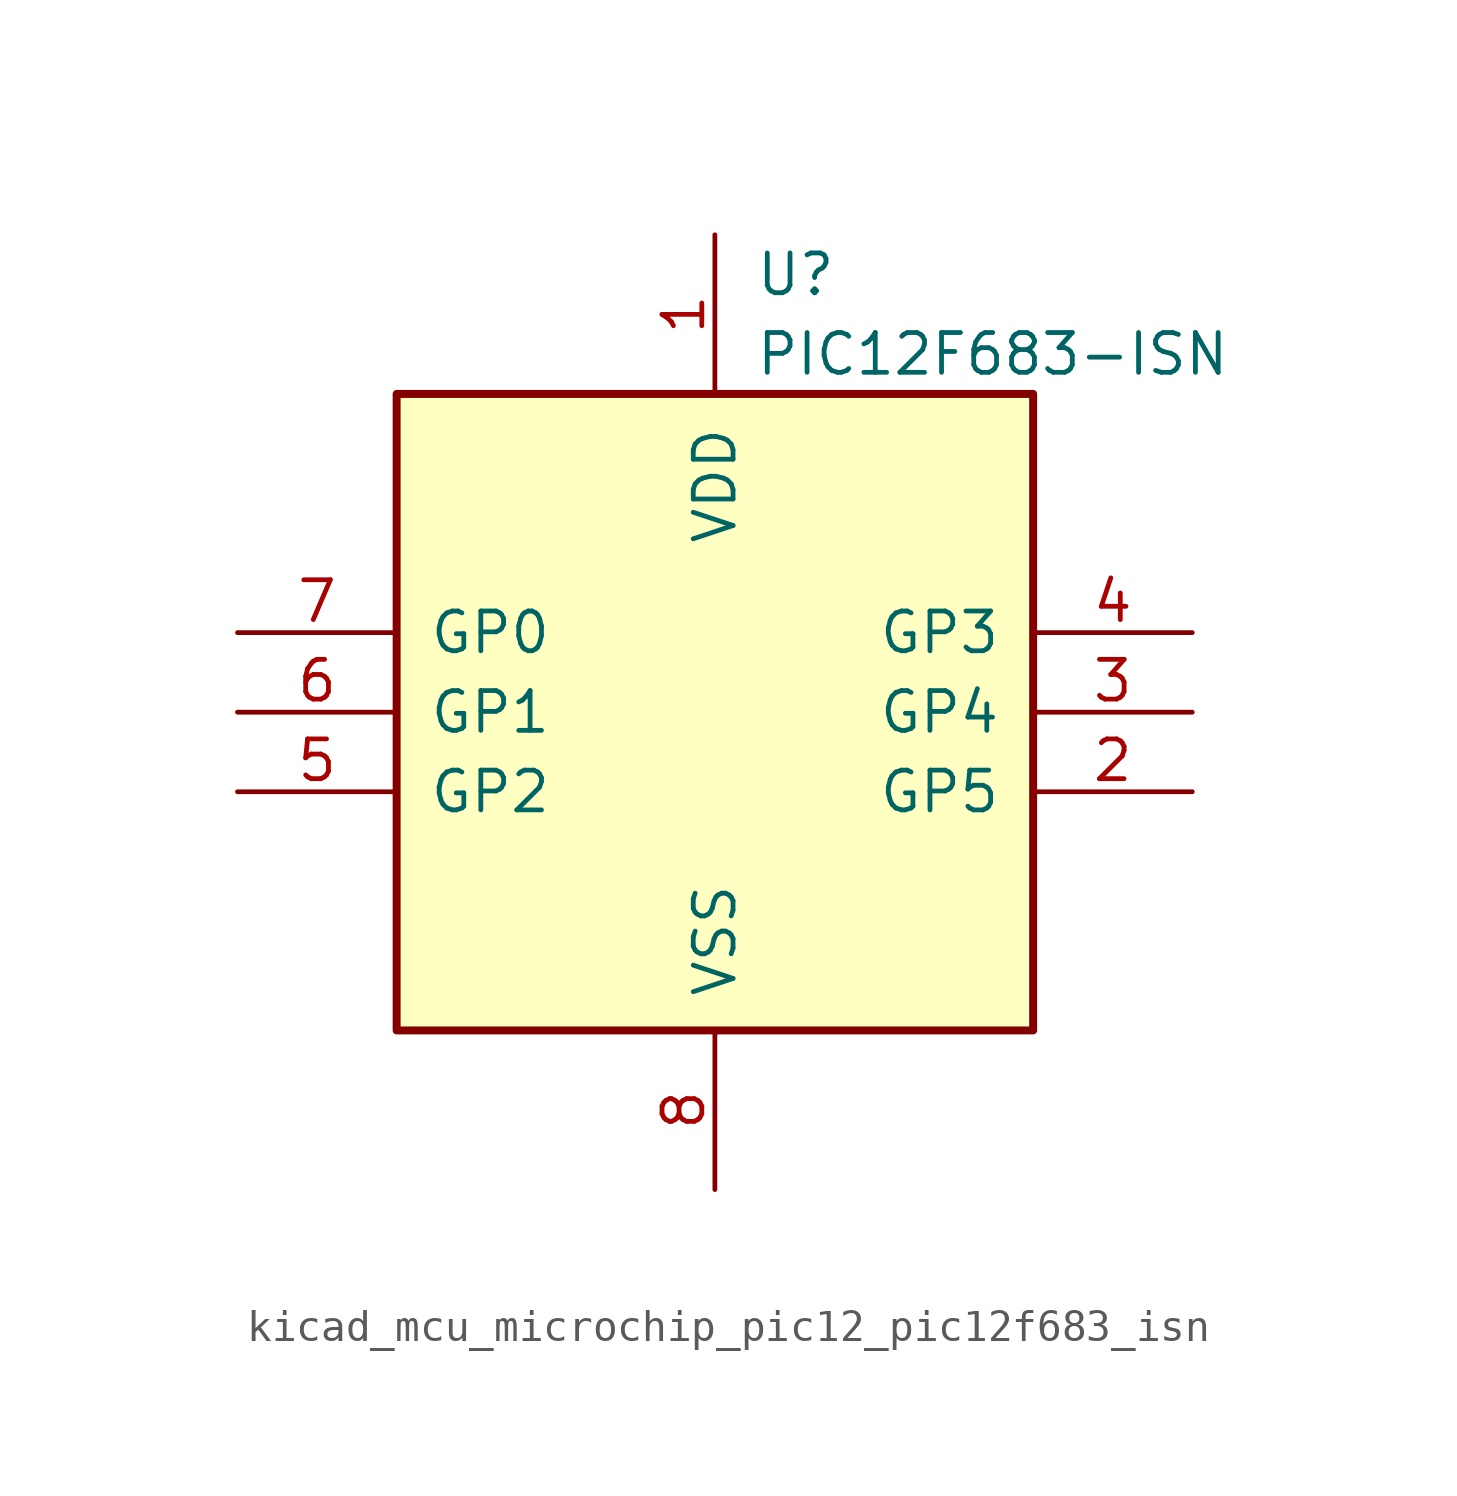
<source format=kicad_sym>
(kicad_symbol_lib
  (version 20220914)
  (generator kicad_symbol_editor)
  (symbol "kicad_mcu_microchip_pic12_pic12f683_isn"
    (pin_names
      (offset 1.016))
    (property "Reference" "U"
      (at 1.27 13.97 0)
      (effects (font (size 1.27 1.27)) (justify left)))
    (property "Value" "PIC12F683-ISN"
      (at 1.27 11.43 0)
      (effects (font (size 1.27 1.27)) (justify left)))
    (symbol "kicad_mcu_microchip_pic12_pic12f683_isn_0_1"
      (rectangle (start 10.16 -10.16) (end -10.16 10.16) (stroke (width 0.254) (type default)) (fill (type background))))
    (symbol "kicad_mcu_microchip_pic12_pic12f683_isn_1_1"
      (pin power_in line (at 0 15.24 270) (length 5.08) (name "VDD" (effects (font (size 1.27 1.27)))) (number "1" (effects (font (size 1.27 1.27)))))
      (pin bidirectional line (at 15.24 -2.54 180) (length 5.08) (name "GP5" (effects (font (size 1.27 1.27)))) (number "2" (effects (font (size 1.27 1.27)))))
      (pin bidirectional line (at 15.24 0 180) (length 5.08) (name "GP4" (effects (font (size 1.27 1.27)))) (number "3" (effects (font (size 1.27 1.27)))))
      (pin input line (at 15.24 2.54 180) (length 5.08) (name "GP3" (effects (font (size 1.27 1.27)))) (number "4" (effects (font (size 1.27 1.27)))))
      (pin bidirectional line (at -15.24 -2.54 0) (length 5.08) (name "GP2" (effects (font (size 1.27 1.27)))) (number "5" (effects (font (size 1.27 1.27)))))
      (pin bidirectional line (at -15.24 0 0) (length 5.08) (name "GP1" (effects (font (size 1.27 1.27)))) (number "6" (effects (font (size 1.27 1.27)))))
      (pin bidirectional line (at -15.24 2.54 0) (length 5.08) (name "GP0" (effects (font (size 1.27 1.27)))) (number "7" (effects (font (size 1.27 1.27)))))
      (pin power_in line (at 0 -15.24 90) (length 5.08) (name "VSS" (effects (font (size 1.27 1.27)))) (number "8" (effects (font (size 1.27 1.27))))))))
</source>
